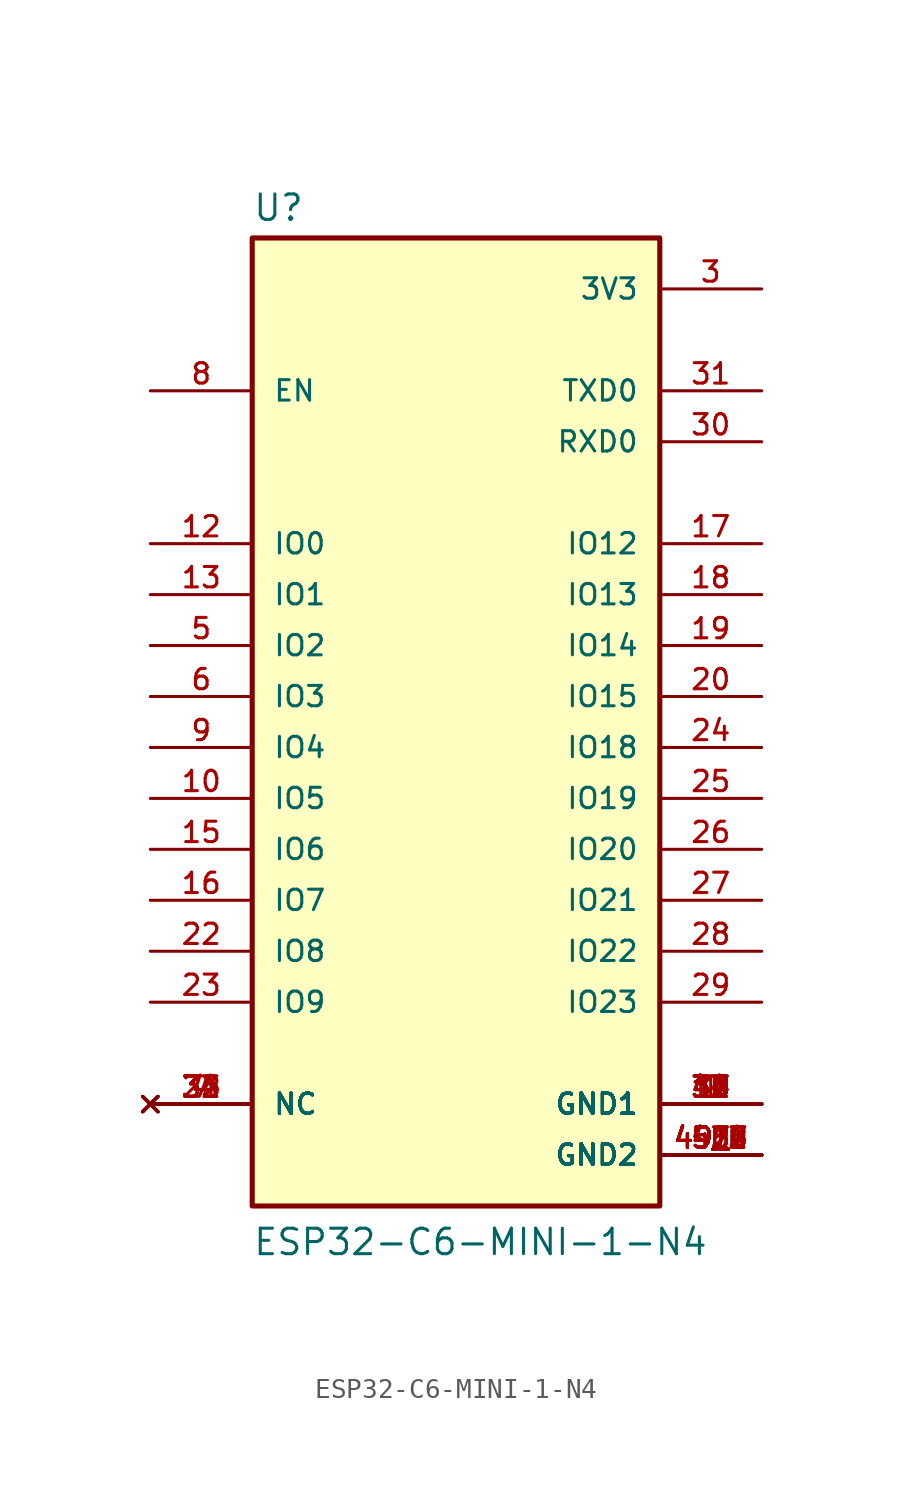
<source format=kicad_sym>
(kicad_symbol_lib
  (version 20211014)
  (generator kicad_symbol_editor)
  (symbol "ESP32-C6-MINI-1-N4"
    (pin_names
      (offset 1.016))
    (property "Reference" "U"
      (at -10.16 23.622 0)
      (effects (font (size 1.27 1.27)) (justify bottom left)))
    (property "Value" "ESP32-C6-MINI-1-N4"
      (at -10.16 -27.94 0)
      (effects (font (size 1.27 1.27)) (justify bottom left)))
    (symbol "ESP32-C6-MINI-1-N4_0_0"
      (rectangle (start -10.16 -25.4) (end 10.16 22.86) (stroke (width 0.254)) (fill (type background)))
      (pin bidirectional line (at -15.24 2.54 0) (length 5.08) (name "IO2" (effects (font (size 1.016 1.016)))) (number "5" (effects (font (size 1.016 1.016)))))
      (pin bidirectional line (at -15.24 0.0 0) (length 5.08) (name "IO3" (effects (font (size 1.016 1.016)))) (number "6" (effects (font (size 1.016 1.016)))))
      (pin bidirectional line (at -15.24 -2.54 0) (length 5.08) (name "IO4" (effects (font (size 1.016 1.016)))) (number "9" (effects (font (size 1.016 1.016)))))
      (pin bidirectional line (at -15.24 -5.08 0) (length 5.08) (name "IO5" (effects (font (size 1.016 1.016)))) (number "10" (effects (font (size 1.016 1.016)))))
      (pin bidirectional line (at -15.24 -7.62 0) (length 5.08) (name "IO6" (effects (font (size 1.016 1.016)))) (number "15" (effects (font (size 1.016 1.016)))))
      (pin bidirectional line (at -15.24 -10.16 0) (length 5.08) (name "IO7" (effects (font (size 1.016 1.016)))) (number "16" (effects (font (size 1.016 1.016)))))
      (pin bidirectional line (at -15.24 -12.7 0) (length 5.08) (name "IO8" (effects (font (size 1.016 1.016)))) (number "22" (effects (font (size 1.016 1.016)))))
      (pin bidirectional line (at -15.24 -15.24 0) (length 5.08) (name "IO9" (effects (font (size 1.016 1.016)))) (number "23" (effects (font (size 1.016 1.016)))))
      (pin bidirectional line (at 15.24 7.62 180.0) (length 5.08) (name "IO12" (effects (font (size 1.016 1.016)))) (number "17" (effects (font (size 1.016 1.016)))))
      (pin bidirectional line (at 15.24 5.08 180.0) (length 5.08) (name "IO13" (effects (font (size 1.016 1.016)))) (number "18" (effects (font (size 1.016 1.016)))))
      (pin bidirectional line (at 15.24 2.54 180.0) (length 5.08) (name "IO14" (effects (font (size 1.016 1.016)))) (number "19" (effects (font (size 1.016 1.016)))))
      (pin bidirectional line (at 15.24 0.0 180.0) (length 5.08) (name "IO15" (effects (font (size 1.016 1.016)))) (number "20" (effects (font (size 1.016 1.016)))))
      (pin bidirectional line (at 15.24 -2.54 180.0) (length 5.08) (name "IO18" (effects (font (size 1.016 1.016)))) (number "24" (effects (font (size 1.016 1.016)))))
      (pin bidirectional line (at 15.24 -5.08 180.0) (length 5.08) (name "IO19" (effects (font (size 1.016 1.016)))) (number "25" (effects (font (size 1.016 1.016)))))
      (pin bidirectional line (at 15.24 -7.62 180.0) (length 5.08) (name "IO20" (effects (font (size 1.016 1.016)))) (number "26" (effects (font (size 1.016 1.016)))))
      (pin bidirectional line (at 15.24 -10.16 180.0) (length 5.08) (name "IO21" (effects (font (size 1.016 1.016)))) (number "27" (effects (font (size 1.016 1.016)))))
      (pin bidirectional line (at 15.24 -12.7 180.0) (length 5.08) (name "IO22" (effects (font (size 1.016 1.016)))) (number "28" (effects (font (size 1.016 1.016)))))
      (pin bidirectional line (at 15.24 -15.24 180.0) (length 5.08) (name "IO23" (effects (font (size 1.016 1.016)))) (number "29" (effects (font (size 1.016 1.016)))))
      (pin input line (at -15.24 15.24 0) (length 5.08) (name "EN" (effects (font (size 1.016 1.016)))) (number "8" (effects (font (size 1.016 1.016)))))
      (pin bidirectional line (at 15.24 15.24 180.0) (length 5.08) (name "TXD0" (effects (font (size 1.016 1.016)))) (number "31" (effects (font (size 1.016 1.016)))))
      (pin bidirectional line (at 15.24 12.7 180.0) (length 5.08) (name "RXD0" (effects (font (size 1.016 1.016)))) (number "30" (effects (font (size 1.016 1.016)))))
      (pin power_in line (at 15.24 20.32 180.0) (length 5.08) (name "3V3" (effects (font (size 1.016 1.016)))) (number "3" (effects (font (size 1.016 1.016)))))
      (pin power_in line (at 15.24 -20.32 180.0) (length 5.08) (name "GND1" (effects (font (size 1.016 1.016)))) (number "1" (effects (font (size 1.016 1.016)))))
      (pin power_in line (at 15.24 -20.32 180.0) (length 5.08) (name "GND1" (effects (font (size 1.016 1.016)))) (number "2" (effects (font (size 1.016 1.016)))))
      (pin power_in line (at 15.24 -20.32 180.0) (length 5.08) (name "GND1" (effects (font (size 1.016 1.016)))) (number "11" (effects (font (size 1.016 1.016)))))
      (pin power_in line (at 15.24 -20.32 180.0) (length 5.08) (name "GND1" (effects (font (size 1.016 1.016)))) (number "14" (effects (font (size 1.016 1.016)))))
      (pin power_in line (at 15.24 -20.32 180.0) (length 5.08) (name "GND1" (effects (font (size 1.016 1.016)))) (number "36" (effects (font (size 1.016 1.016)))))
      (pin power_in line (at 15.24 -20.32 180.0) (length 5.08) (name "GND1" (effects (font (size 1.016 1.016)))) (number "37" (effects (font (size 1.016 1.016)))))
      (pin power_in line (at 15.24 -20.32 180.0) (length 5.08) (name "GND1" (effects (font (size 1.016 1.016)))) (number "38" (effects (font (size 1.016 1.016)))))
      (pin power_in line (at 15.24 -20.32 180.0) (length 5.08) (name "GND1" (effects (font (size 1.016 1.016)))) (number "39" (effects (font (size 1.016 1.016)))))
      (pin power_in line (at 15.24 -20.32 180.0) (length 5.08) (name "GND1" (effects (font (size 1.016 1.016)))) (number "40" (effects (font (size 1.016 1.016)))))
      (pin power_in line (at 15.24 -20.32 180.0) (length 5.08) (name "GND1" (effects (font (size 1.016 1.016)))) (number "41" (effects (font (size 1.016 1.016)))))
      (pin power_in line (at 15.24 -20.32 180.0) (length 5.08) (name "GND1" (effects (font (size 1.016 1.016)))) (number "42" (effects (font (size 1.016 1.016)))))
      (pin power_in line (at 15.24 -20.32 180.0) (length 5.08) (name "GND1" (effects (font (size 1.016 1.016)))) (number "43" (effects (font (size 1.016 1.016)))))
      (pin power_in line (at 15.24 -20.32 180.0) (length 5.08) (name "GND1" (effects (font (size 1.016 1.016)))) (number "44" (effects (font (size 1.016 1.016)))))
      (pin power_in line (at 15.24 -20.32 180.0) (length 5.08) (name "GND1" (effects (font (size 1.016 1.016)))) (number "45" (effects (font (size 1.016 1.016)))))
      (pin power_in line (at 15.24 -20.32 180.0) (length 5.08) (name "GND1" (effects (font (size 1.016 1.016)))) (number "46" (effects (font (size 1.016 1.016)))))
      (pin no_connect line (at -15.24 -20.32 0) (length 5.08) (name "NC" (effects (font (size 1.016 1.016)))) (number "4" (effects (font (size 1.016 1.016)))))
      (pin no_connect line (at -15.24 -20.32 0) (length 5.08) (name "NC" (effects (font (size 1.016 1.016)))) (number "7" (effects (font (size 1.016 1.016)))))
      (pin no_connect line (at -15.24 -20.32 0) (length 5.08) (name "NC" (effects (font (size 1.016 1.016)))) (number "21" (effects (font (size 1.016 1.016)))))
      (pin no_connect line (at -15.24 -20.32 0) (length 5.08) (name "NC" (effects (font (size 1.016 1.016)))) (number "32" (effects (font (size 1.016 1.016)))))
      (pin no_connect line (at -15.24 -20.32 0) (length 5.08) (name "NC" (effects (font (size 1.016 1.016)))) (number "33" (effects (font (size 1.016 1.016)))))
      (pin no_connect line (at -15.24 -20.32 0) (length 5.08) (name "NC" (effects (font (size 1.016 1.016)))) (number "34" (effects (font (size 1.016 1.016)))))
      (pin no_connect line (at -15.24 -20.32 0) (length 5.08) (name "NC" (effects (font (size 1.016 1.016)))) (number "35" (effects (font (size 1.016 1.016)))))
      (pin bidirectional line (at -15.24 5.08 0) (length 5.08) (name "IO1" (effects (font (size 1.016 1.016)))) (number "13" (effects (font (size 1.016 1.016)))))
      (pin bidirectional line (at -15.24 7.62 0) (length 5.08) (name "IO0" (effects (font (size 1.016 1.016)))) (number "12" (effects (font (size 1.016 1.016)))))
      (pin power_in line (at 15.24 -22.86 180.0) (length 5.08) (name "GND2" (effects (font (size 1.016 1.016)))) (number "47" (effects (font (size 1.016 1.016)))))
      (pin power_in line (at 15.24 -22.86 180.0) (length 5.08) (name "GND2" (effects (font (size 1.016 1.016)))) (number "48" (effects (font (size 1.016 1.016)))))
      (pin power_in line (at 15.24 -22.86 180.0) (length 5.08) (name "GND2" (effects (font (size 1.016 1.016)))) (number "49_1" (effects (font (size 1.016 1.016)))))
      (pin power_in line (at 15.24 -22.86 180.0) (length 5.08) (name "GND2" (effects (font (size 1.016 1.016)))) (number "49_2" (effects (font (size 1.016 1.016)))))
      (pin power_in line (at 15.24 -22.86 180.0) (length 5.08) (name "GND2" (effects (font (size 1.016 1.016)))) (number "49_3" (effects (font (size 1.016 1.016)))))
      (pin power_in line (at 15.24 -22.86 180.0) (length 5.08) (name "GND2" (effects (font (size 1.016 1.016)))) (number "49_4" (effects (font (size 1.016 1.016)))))
      (pin power_in line (at 15.24 -22.86 180.0) (length 5.08) (name "GND2" (effects (font (size 1.016 1.016)))) (number "49_5" (effects (font (size 1.016 1.016)))))
      (pin power_in line (at 15.24 -22.86 180.0) (length 5.08) (name "GND2" (effects (font (size 1.016 1.016)))) (number "49_6" (effects (font (size 1.016 1.016)))))
      (pin power_in line (at 15.24 -22.86 180.0) (length 5.08) (name "GND2" (effects (font (size 1.016 1.016)))) (number "49_7" (effects (font (size 1.016 1.016)))))
      (pin power_in line (at 15.24 -22.86 180.0) (length 5.08) (name "GND2" (effects (font (size 1.016 1.016)))) (number "49_8" (effects (font (size 1.016 1.016)))))
      (pin power_in line (at 15.24 -22.86 180.0) (length 5.08) (name "GND2" (effects (font (size 1.016 1.016)))) (number "49_9" (effects (font (size 1.016 1.016)))))
      (pin power_in line (at 15.24 -22.86 180.0) (length 5.08) (name "GND2" (effects (font (size 1.016 1.016)))) (number "50" (effects (font (size 1.016 1.016)))))
      (pin power_in line (at 15.24 -22.86 180.0) (length 5.08) (name "GND2" (effects (font (size 1.016 1.016)))) (number "51" (effects (font (size 1.016 1.016)))))
      (pin power_in line (at 15.24 -22.86 180.0) (length 5.08) (name "GND2" (effects (font (size 1.016 1.016)))) (number "52" (effects (font (size 1.016 1.016)))))
      (pin power_in line (at 15.24 -22.86 180.0) (length 5.08) (name "GND2" (effects (font (size 1.016 1.016)))) (number "53" (effects (font (size 1.016 1.016))))))))
</source>
